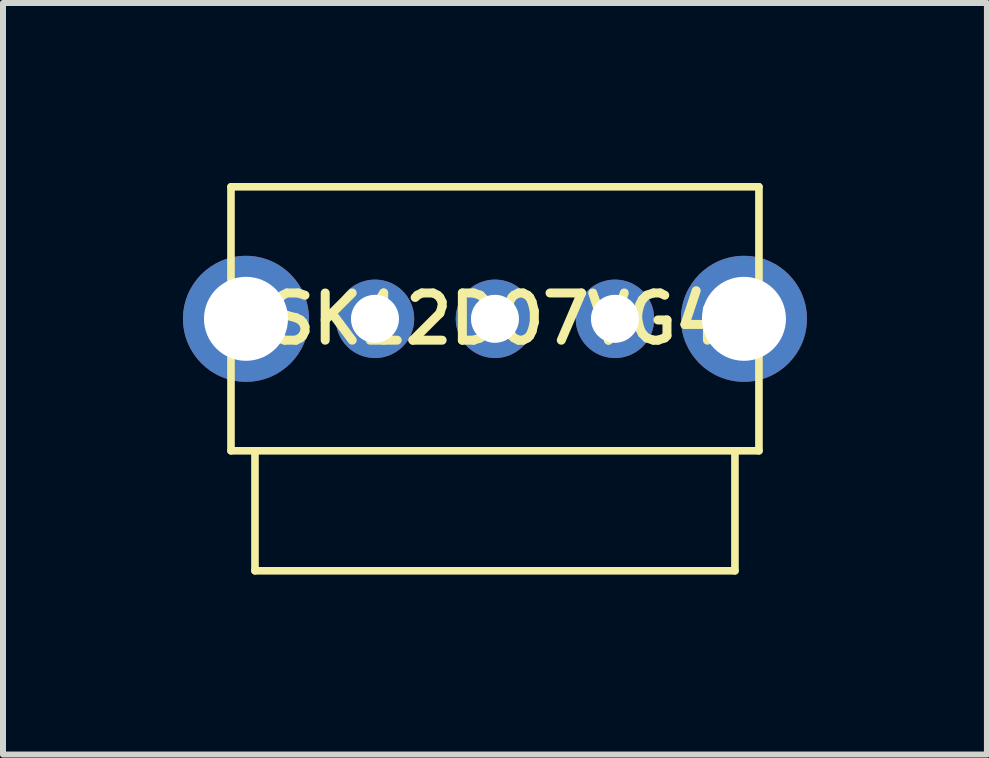
<source format=kicad_pcb>
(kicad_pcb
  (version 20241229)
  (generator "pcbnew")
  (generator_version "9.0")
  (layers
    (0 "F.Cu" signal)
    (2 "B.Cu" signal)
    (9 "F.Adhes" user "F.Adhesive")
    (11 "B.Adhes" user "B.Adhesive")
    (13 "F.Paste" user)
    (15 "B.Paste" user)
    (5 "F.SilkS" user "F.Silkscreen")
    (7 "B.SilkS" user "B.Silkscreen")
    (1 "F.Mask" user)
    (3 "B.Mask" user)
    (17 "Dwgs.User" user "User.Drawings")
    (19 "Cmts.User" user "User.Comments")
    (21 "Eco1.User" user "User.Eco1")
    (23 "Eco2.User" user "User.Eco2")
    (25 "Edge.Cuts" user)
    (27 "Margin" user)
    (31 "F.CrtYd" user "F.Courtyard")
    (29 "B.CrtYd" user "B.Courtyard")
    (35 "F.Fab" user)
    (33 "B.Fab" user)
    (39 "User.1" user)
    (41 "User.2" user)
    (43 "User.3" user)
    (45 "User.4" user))
  (footprint "SK12D07VG4"
    (layer "F.Cu")
    (at 5.2 2.264)
    (property "Reference" "SK12D07VG4" (at 0 0 0) (layer "F.SilkS") (effects (font (size 0.787 0.787) (thickness 0.15))))
    (attr through_hole)
    (fp_line (start -4.4 -2.2) (end 4.4 -2.2) (stroke (width 0.127) (type solid)) (layer "F.SilkS"))
    (fp_line (start -4.4 2.2) (end -4.4 -2.2) (stroke (width 0.127) (type solid)) (layer "F.SilkS"))
    (fp_line (start -4 2.2) (end -4.4 2.2) (stroke (width 0.127) (type solid)) (layer "F.SilkS"))
    (fp_line (start -4 2.2) (end -4 4.2) (stroke (width 0.127) (type solid)) (layer "F.SilkS"))
    (fp_line (start -4 4.2) (end 4 4.2) (stroke (width 0.127) (type solid)) (layer "F.SilkS"))
    (fp_line (start 4 2.2) (end -4 2.2) (stroke (width 0.127) (type solid)) (layer "F.SilkS"))
    (fp_line (start 4 4.2) (end 4 2.2) (stroke (width 0.127) (type solid)) (layer "F.SilkS"))
    (fp_line (start 4.4 -2.2) (end 4.4 2.2) (stroke (width 0.127) (type solid)) (layer "F.SilkS"))
    (fp_line (start 4.4 2.2) (end 4 2.2) (stroke (width 0.127) (type solid)) (layer "F.SilkS"))
    (pad "" thru_hole circle (at -4.15 0) (size 2.1 2.1) (drill 1.4) (layers "*.Cu" "*.Mask"))
    (pad "" thru_hole circle (at 4.15 0) (size 2.1 2.1) (drill 1.4) (layers "*.Cu" "*.Mask"))
    (pad "1" thru_hole circle (at -2 0) (size 1.308 1.308) (drill 0.8) (layers "*.Cu" "*.Mask"))
    (pad "2" thru_hole circle (at 2 0) (size 1.308 1.308) (drill 0.8) (layers "*.Cu" "*.Mask"))
    (pad "COM" thru_hole circle (at 0 0) (size 1.308 1.308) (drill 0.8) (layers "*.Cu" "*.Mask")))
  (gr_rect
    (start -3 -3)
    (end 13.4 9.527)
    (stroke (width 0.1) (type default))
    (fill no)
    (layer "Edge.Cuts")))
</source>
